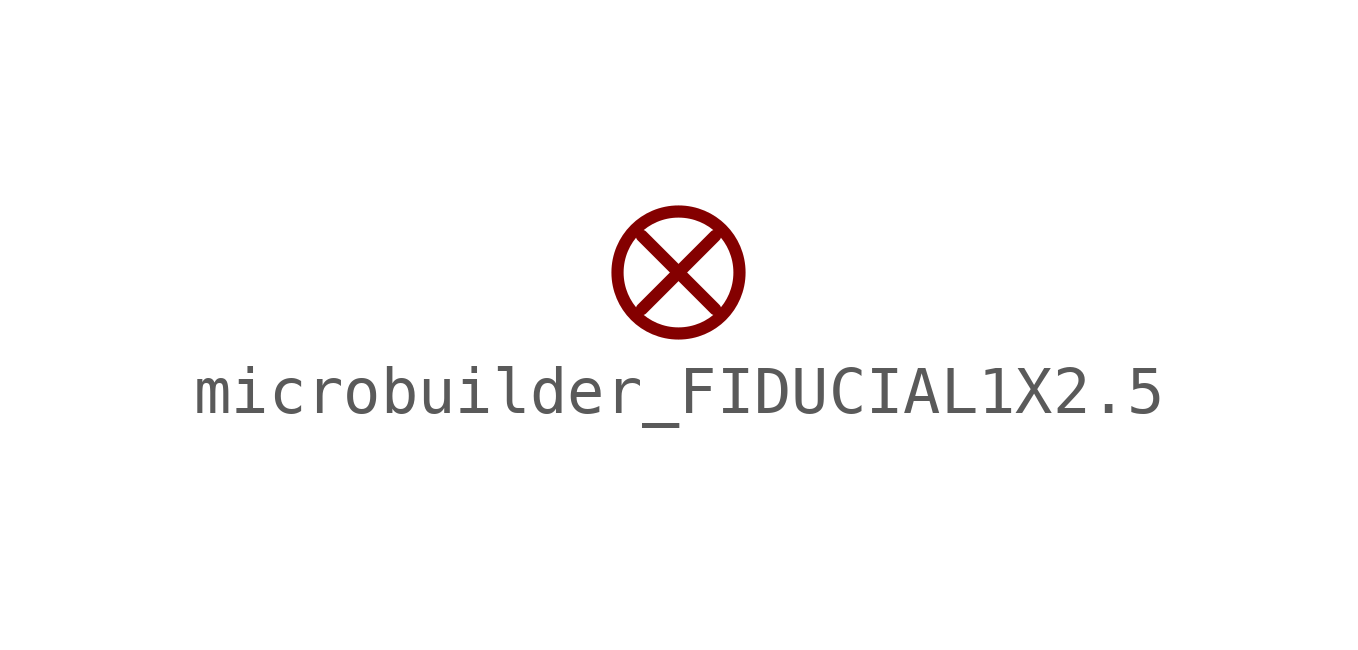
<source format=kicad_sym>
(kicad_symbol_lib
  (version 20231120)
  (generator "kicad_symbol_editor")
  (generator_version "8.0")
  (symbol "microbuilder_FIDUCIAL1X2.5"
    (property "Reference" "FID"
      (at 0 0 0)
      (effects (font (size 1.27 1.27)) (hide yes)))
    (property "ki_locked" ""
      (at 0 0 0)
      (effects (font (size 1.27 1.27))))
    (symbol "microbuilder_FIDUCIAL1X2.5_1_0"
      (polyline (pts (xy -0.762 0.762) (xy 0.762 -0.762)) (stroke (width 0.254) (type solid)) (fill (type none)))
      (polyline (pts (xy 0.762 0.762) (xy -0.762 -0.762)) (stroke (width 0.254) (type solid)) (fill (type none)))
      (circle (center 0 0) (radius 1.27) (stroke (width 0.254) (type solid)) (fill (type none))))))
</source>
